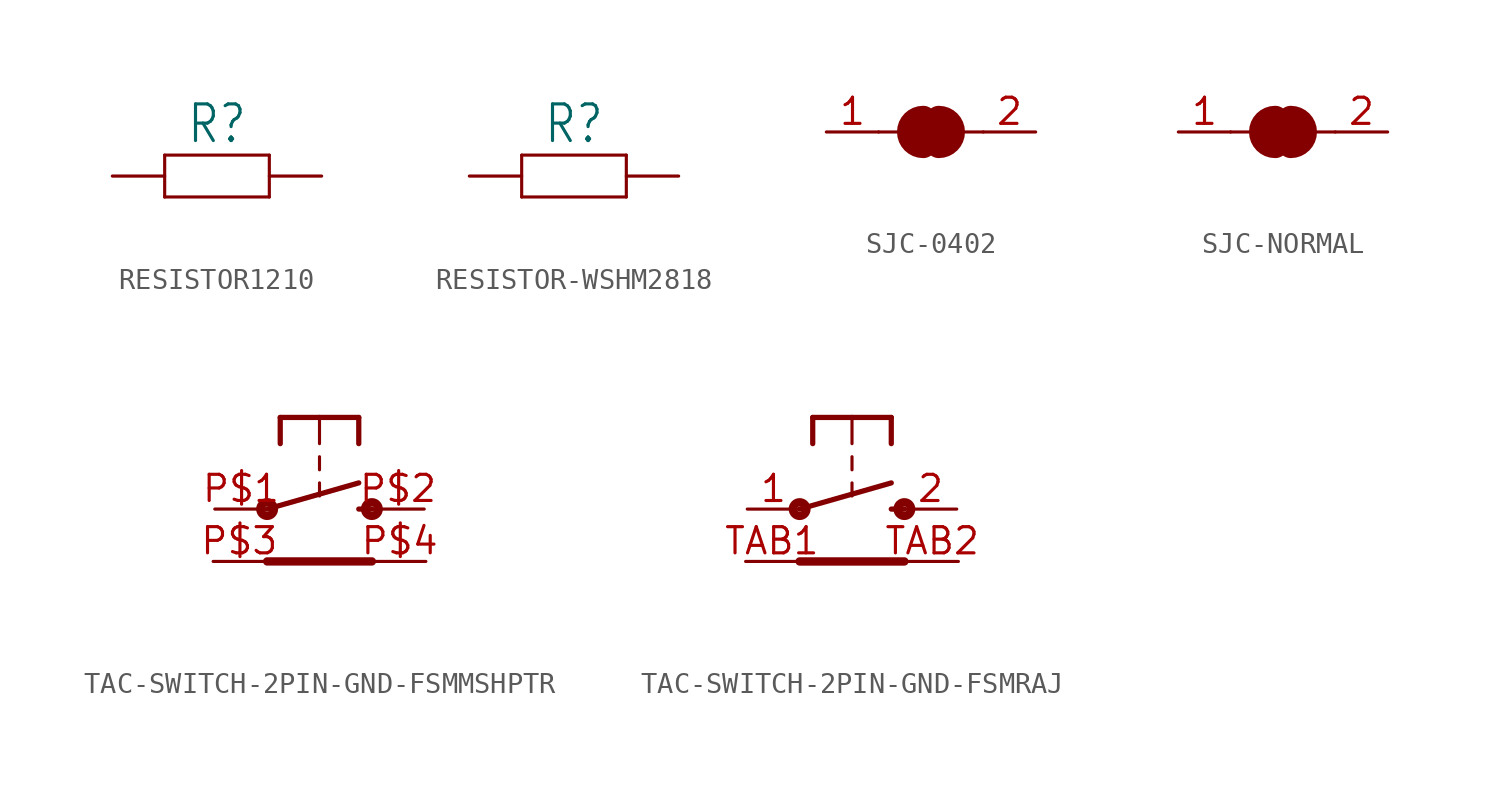
<source format=kicad_sym>
(kicad_symbol_lib
  (version 20220914)
  (generator kicad_symbol_editor)
  (symbol "RESISTOR1210"
    (property "Reference" "R"
      (at 0 1.499 0)
      (effects (font (size 1.778 1.511)) (justify bottom)))
    (property "Value" ""
      (at 0 -3.302 0)
      (effects (font (size 1.778 1.511)) (justify bottom)))
    (property "ki_locked" ""
      (at 0 0 0)
      (effects (font (size 1.27 1.27))))
    (symbol "RESISTOR1210_1_0"
      (polyline (pts (xy -2.54 -1.016) (xy -2.54 1.016)) (stroke (width 0.152) (type solid)) (fill (type none)))
      (polyline (pts (xy -2.54 -1.016) (xy 2.54 -1.016)) (stroke (width 0.152) (type solid)) (fill (type none)))
      (polyline (pts (xy -2.54 1.016) (xy 2.54 1.016)) (stroke (width 0.152) (type solid)) (fill (type none)))
      (polyline (pts (xy 2.54 -1.016) (xy 2.54 1.016)) (stroke (width 0.152) (type solid)) (fill (type none)))
      (pin passive line (at -5.08 0 0) (length 2.54) (name "1" (effects (font (size 0 0)))) (number "1" (effects (font (size 0 0)))))
      (pin passive line (at 5.08 0 180) (length 2.54) (name "2" (effects (font (size 0 0)))) (number "2" (effects (font (size 0 0)))))))
  (symbol "RESISTOR-WSHM2818"
    (property "Reference" "R"
      (at 0 1.499 0)
      (effects (font (size 1.778 1.511)) (justify bottom)))
    (property "Value" ""
      (at 0 -3.302 0)
      (effects (font (size 1.778 1.511)) (justify bottom)))
    (property "ki_locked" ""
      (at 0 0 0)
      (effects (font (size 1.27 1.27))))
    (symbol "RESISTOR-WSHM2818_1_0"
      (polyline (pts (xy -2.54 -1.016) (xy -2.54 1.016)) (stroke (width 0.152) (type solid)) (fill (type none)))
      (polyline (pts (xy -2.54 -1.016) (xy 2.54 -1.016)) (stroke (width 0.152) (type solid)) (fill (type none)))
      (polyline (pts (xy -2.54 1.016) (xy 2.54 1.016)) (stroke (width 0.152) (type solid)) (fill (type none)))
      (polyline (pts (xy 2.54 -1.016) (xy 2.54 1.016)) (stroke (width 0.152) (type solid)) (fill (type none)))
      (pin passive line (at -5.08 0 0) (length 2.54) (name "1" (effects (font (size 0 0)))) (number "1" (effects (font (size 0 0)))))
      (pin passive line (at 5.08 0 180) (length 2.54) (name "2" (effects (font (size 0 0)))) (number "2" (effects (font (size 0 0)))))))
  (symbol "SJC-0402"
    (property "Reference" ""
      (at -2.54 2.54 0)
      (effects (font (size 1.778 1.511)) (justify left bottom) hide))
    (property "Value" ""
      (at -2.54 -3.81 0)
      (effects (font (size 1.778 1.511)) (justify left bottom)))
    (property "ki_locked" ""
      (at 0 0 0)
      (effects (font (size 1.27 1.27))))
    (symbol "SJC-0402_1_0"
      (arc (start -0.3808 0.635) (mid -1.0159 0.0001) (end -0.381 -0.635) (stroke (width 1.27) (type solid)) (fill (type none)))
      (polyline (pts (xy -2.54 0) (xy -1.651 0)) (stroke (width 0.152) (type solid)) (fill (type none)))
      (polyline (pts (xy -1.27 0) (xy 1.27 0)) (stroke (width 0.406) (type solid)) (fill (type none)))
      (polyline (pts (xy 2.54 0) (xy 1.651 0)) (stroke (width 0.152) (type solid)) (fill (type none)))
      (arc (start 0.3808 -0.635) (mid 1.0159 -0.0001) (end 0.381 0.635) (stroke (width 1.27) (type solid)) (fill (type none)))
      (pin passive line (at -5.08 0 0) (length 2.54) (name "1" (effects (font (size 0 0)))) (number "1" (effects (font (size 1.27 1.27)))))
      (pin passive line (at 5.08 0 180) (length 2.54) (name "2" (effects (font (size 0 0)))) (number "2" (effects (font (size 1.27 1.27)))))))
  (symbol "SJC-NORMAL"
    (property "Reference" ""
      (at -2.54 2.54 0)
      (effects (font (size 1.778 1.511)) (justify left bottom) hide))
    (property "Value" ""
      (at -2.54 -3.81 0)
      (effects (font (size 1.778 1.511)) (justify left bottom)))
    (property "ki_locked" ""
      (at 0 0 0)
      (effects (font (size 1.27 1.27))))
    (symbol "SJC-NORMAL_1_0"
      (arc (start -0.3808 0.635) (mid -1.0159 0.0001) (end -0.381 -0.635) (stroke (width 1.27) (type solid)) (fill (type none)))
      (polyline (pts (xy -2.54 0) (xy -1.651 0)) (stroke (width 0.152) (type solid)) (fill (type none)))
      (polyline (pts (xy -1.27 0) (xy 1.27 0)) (stroke (width 0.406) (type solid)) (fill (type none)))
      (polyline (pts (xy 2.54 0) (xy 1.651 0)) (stroke (width 0.152) (type solid)) (fill (type none)))
      (arc (start 0.3808 -0.635) (mid 1.0159 -0.0001) (end 0.381 0.635) (stroke (width 1.27) (type solid)) (fill (type none)))
      (pin passive line (at -5.08 0 0) (length 2.54) (name "1" (effects (font (size 0 0)))) (number "1" (effects (font (size 1.27 1.27)))))
      (pin passive line (at 5.08 0 180) (length 2.54) (name "2" (effects (font (size 0 0)))) (number "2" (effects (font (size 1.27 1.27)))))))
  (symbol "TAC-SWITCH-2PIN-GND-FSMMSHPTR"
    (property "Reference" ""
      (at -2.54 6.35 0)
      (effects (font (size 1.778 1.511)) (justify left bottom) hide))
    (property "Value" ""
      (at -2.54 -6.35 0)
      (effects (font (size 1.778 1.511)) (justify left bottom)))
    (property "ki_locked" ""
      (at 0 0 0)
      (effects (font (size 1.27 1.27))))
    (symbol "TAC-SWITCH-2PIN-GND-FSMMSHPTR_1_0"
      (circle (center -2.54 0) (radius 0.127) (stroke (width 0.406) (type solid)) (fill (type none)))
      (polyline (pts (xy -2.54 -2.54) (xy 2.54 -2.54)) (stroke (width 0.406) (type solid)) (fill (type none)))
      (polyline (pts (xy -2.54 0) (xy 1.905 1.27)) (stroke (width 0.254) (type solid)) (fill (type none)))
      (polyline (pts (xy -1.905 4.445) (xy -1.905 3.175)) (stroke (width 0.254) (type solid)) (fill (type none)))
      (polyline (pts (xy 0 1.27) (xy 0 0.635)) (stroke (width 0.152) (type solid)) (fill (type none)))
      (polyline (pts (xy 0 2.54) (xy 0 1.905)) (stroke (width 0.152) (type solid)) (fill (type none)))
      (polyline (pts (xy 0 4.445) (xy -1.905 4.445)) (stroke (width 0.254) (type solid)) (fill (type none)))
      (polyline (pts (xy 0 4.445) (xy 0 3.175)) (stroke (width 0.152) (type solid)) (fill (type none)))
      (polyline (pts (xy 1.905 0) (xy 2.54 0)) (stroke (width 0.254) (type solid)) (fill (type none)))
      (polyline (pts (xy 1.905 4.445) (xy 0 4.445)) (stroke (width 0.254) (type solid)) (fill (type none)))
      (polyline (pts (xy 1.905 4.445) (xy 1.905 3.175)) (stroke (width 0.254) (type solid)) (fill (type none)))
      (circle (center 2.54 0) (radius 0.127) (stroke (width 0.406) (type solid)) (fill (type none)))
      (pin passive line (at -5.08 0 0) (length 2.54) (name "1" (effects (font (size 0 0)))) (number "P$1" (effects (font (size 1.27 1.27)))))
      (pin passive line (at 5.08 0 180) (length 2.54) (name "2" (effects (font (size 0 0)))) (number "P$2" (effects (font (size 1.27 1.27)))))
      (pin passive line (at -5.16 -2.54 0) (length 2.54) (name "TAB1" (effects (font (size 0 0)))) (number "P$3" (effects (font (size 1.27 1.27)))))
      (pin passive line (at 5.16 -2.54 180) (length 2.54) (name "TAB2" (effects (font (size 0 0)))) (number "P$4" (effects (font (size 1.27 1.27)))))))
  (symbol "TAC-SWITCH-2PIN-GND-FSMRAJ"
    (property "Reference" ""
      (at -2.54 6.35 0)
      (effects (font (size 1.778 1.511)) (justify left bottom) hide))
    (property "Value" ""
      (at -2.54 -6.35 0)
      (effects (font (size 1.778 1.511)) (justify left bottom)))
    (property "ki_locked" ""
      (at 0 0 0)
      (effects (font (size 1.27 1.27))))
    (symbol "TAC-SWITCH-2PIN-GND-FSMRAJ_1_0"
      (circle (center -2.54 0) (radius 0.127) (stroke (width 0.406) (type solid)) (fill (type none)))
      (polyline (pts (xy -2.54 -2.54) (xy 2.54 -2.54)) (stroke (width 0.406) (type solid)) (fill (type none)))
      (polyline (pts (xy -2.54 0) (xy 1.905 1.27)) (stroke (width 0.254) (type solid)) (fill (type none)))
      (polyline (pts (xy -1.905 4.445) (xy -1.905 3.175)) (stroke (width 0.254) (type solid)) (fill (type none)))
      (polyline (pts (xy 0 1.27) (xy 0 0.635)) (stroke (width 0.152) (type solid)) (fill (type none)))
      (polyline (pts (xy 0 2.54) (xy 0 1.905)) (stroke (width 0.152) (type solid)) (fill (type none)))
      (polyline (pts (xy 0 4.445) (xy -1.905 4.445)) (stroke (width 0.254) (type solid)) (fill (type none)))
      (polyline (pts (xy 0 4.445) (xy 0 3.175)) (stroke (width 0.152) (type solid)) (fill (type none)))
      (polyline (pts (xy 1.905 0) (xy 2.54 0)) (stroke (width 0.254) (type solid)) (fill (type none)))
      (polyline (pts (xy 1.905 4.445) (xy 0 4.445)) (stroke (width 0.254) (type solid)) (fill (type none)))
      (polyline (pts (xy 1.905 4.445) (xy 1.905 3.175)) (stroke (width 0.254) (type solid)) (fill (type none)))
      (circle (center 2.54 0) (radius 0.127) (stroke (width 0.406) (type solid)) (fill (type none)))
      (pin passive line (at -5.08 0 0) (length 2.54) (name "1" (effects (font (size 0 0)))) (number "1" (effects (font (size 1.27 1.27)))))
      (pin passive line (at 5.08 0 180) (length 2.54) (name "2" (effects (font (size 0 0)))) (number "2" (effects (font (size 1.27 1.27)))))
      (pin passive line (at -5.16 -2.54 0) (length 2.54) (name "TAB1" (effects (font (size 0 0)))) (number "TAB1" (effects (font (size 1.27 1.27)))))
      (pin passive line (at 5.16 -2.54 180) (length 2.54) (name "TAB2" (effects (font (size 0 0)))) (number "TAB2" (effects (font (size 1.27 1.27))))))))
</source>
